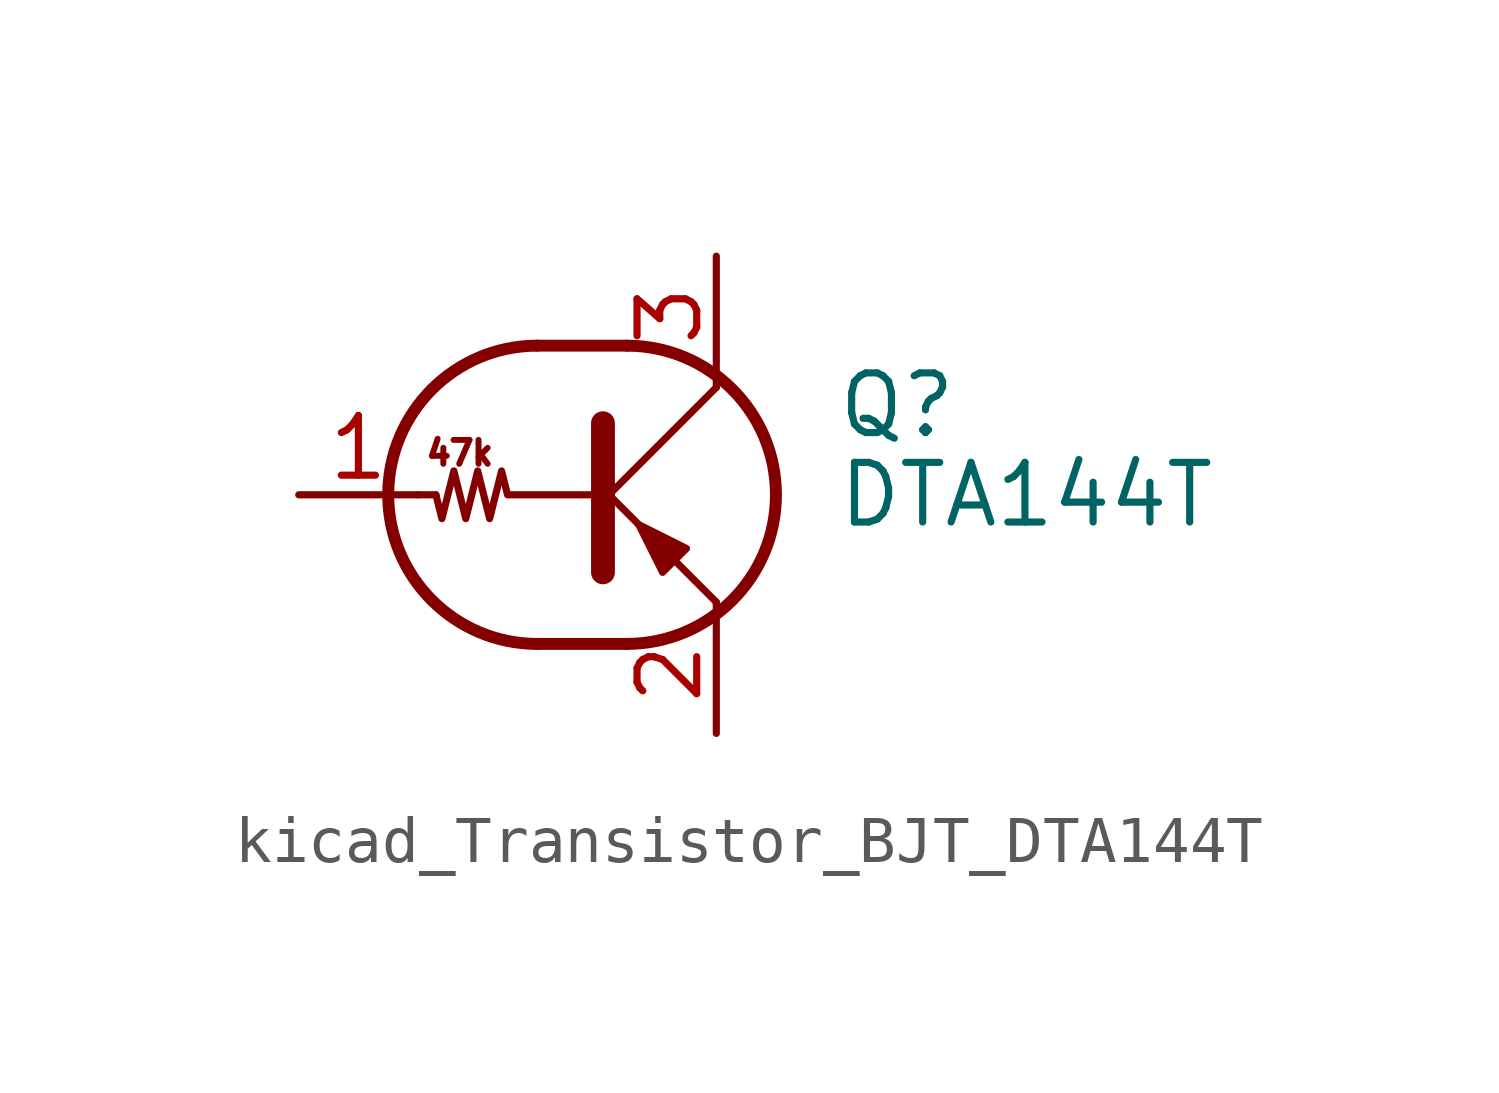
<source format=kicad_sym>
(kicad_symbol_lib
  (version 20220914)
  (generator kicad_symbol_editor)
  (symbol "kicad_Transistor_BJT_DTA144T"
    (pin_names
      (offset 0) hide)
    (property "Reference" "Q"
      (at 5.08 1.905 0)
      (effects (font (size 1.27 1.27)) (justify left)))
    (property "Value" "DTA144T"
      (at 5.08 0 0)
      (effects (font (size 1.27 1.27)) (justify left)))
    (symbol "kicad_Transistor_BJT_DTA144T_0_0"
      (polyline (pts (xy 2.54 -2.286) (xy 2.54 -2.54)) (stroke (width 0) (type default)) (fill (type none)))
      (text "47k" (at -2.921 0.889 0) (effects (font (size 0.508 0.508)))))
    (symbol "kicad_Transistor_BJT_DTA144T_0_1"
      (arc (start -1.27 3.175) (mid -4.4312 0) (end -1.27 -3.175) (stroke (width 0.254) (type default)) (fill (type none)))
      (polyline (pts (xy -3.429 0) (xy -3.81 0)) (stroke (width 0) (type default)) (fill (type none)))
      (polyline (pts (xy -1.27 -3.175) (xy 0.635 -3.175)) (stroke (width 0.254) (type default)) (fill (type none)))
      (polyline (pts (xy -1.27 3.175) (xy 0.635 3.175)) (stroke (width 0.254) (type default)) (fill (type none)))
      (polyline (pts (xy 0 -0.254) (xy 2.54 2.286)) (stroke (width 0) (type default)) (fill (type none)))
      (polyline (pts (xy 0.127 1.524) (xy 0.127 -1.651)) (stroke (width 0.508) (type default)) (fill (type outline)))
      (polyline (pts (xy 2.54 2.286) (xy 2.54 2.54)) (stroke (width 0) (type default)) (fill (type none)))
      (polyline (pts (xy 2.54 -2.286) (xy 0 0.254) (xy 0 0.254)) (stroke (width 0) (type default)) (fill (type none)))
      (polyline (pts (xy 1.397 -1.651) (xy 1.905 -1.143) (xy 0.889 -0.635) (xy 1.397 -1.651)) (stroke (width 0) (type default)) (fill (type outline)))
      (polyline (pts (xy 0 0) (xy -1.905 0) (xy -2.032 0.508) (xy -2.286 -0.508) (xy -2.54 0.508) (xy -2.794 -0.508) (xy -3.048 0.508) (xy -3.302 -0.508) (xy -3.429 0)) (stroke (width 0) (type default)) (fill (type none)))
      (arc (start 0.635 -3.175) (mid 3.7962 0) (end 0.635 3.175) (stroke (width 0.254) (type default)) (fill (type none))))
    (symbol "kicad_Transistor_BJT_DTA144T_1_1"
      (pin input line (at -6.35 0 0) (length 2.54) (name "B" (effects (font (size 1.27 1.27)))) (number "1" (effects (font (size 1.27 1.27)))))
      (pin passive line (at 2.54 -5.08 90) (length 2.54) (name "E" (effects (font (size 1.27 1.27)))) (number "2" (effects (font (size 1.27 1.27)))))
      (pin passive line (at 2.54 5.08 270) (length 2.54) (name "C" (effects (font (size 1.27 1.27)))) (number "3" (effects (font (size 1.27 1.27))))))))
</source>
